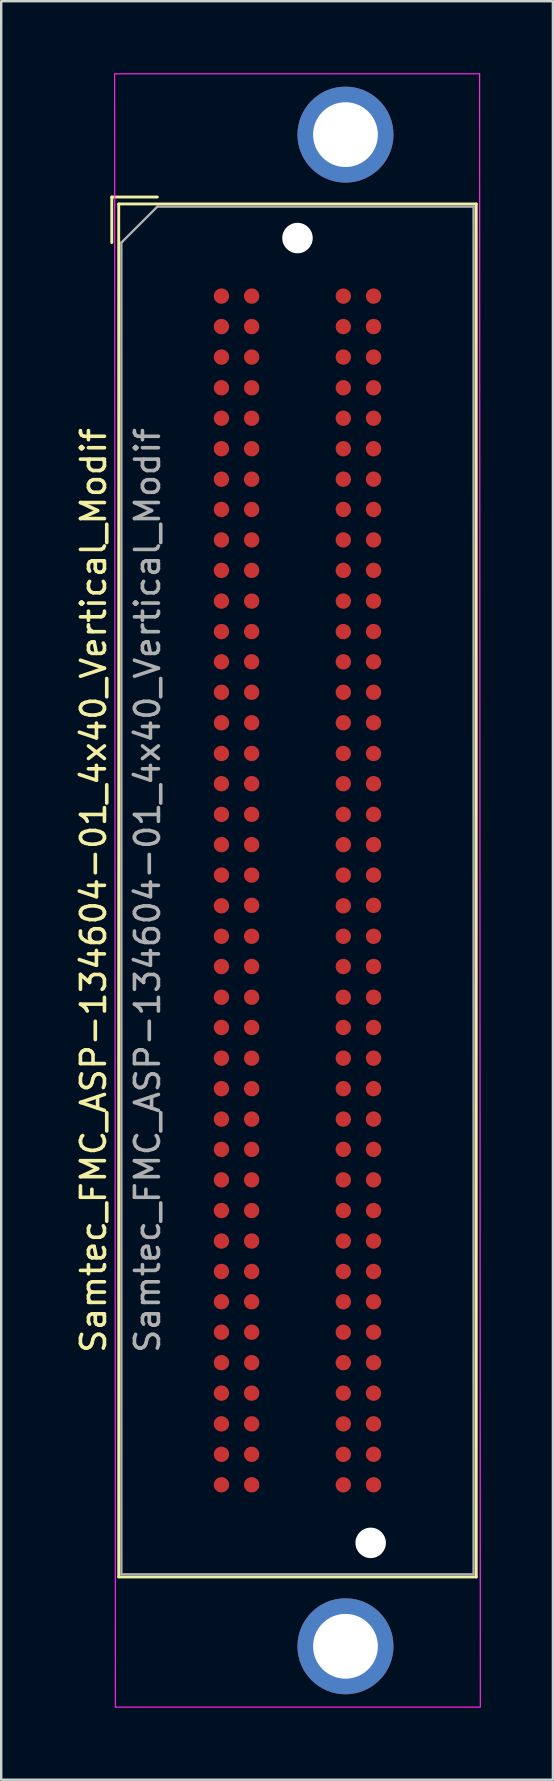
<source format=kicad_pcb>
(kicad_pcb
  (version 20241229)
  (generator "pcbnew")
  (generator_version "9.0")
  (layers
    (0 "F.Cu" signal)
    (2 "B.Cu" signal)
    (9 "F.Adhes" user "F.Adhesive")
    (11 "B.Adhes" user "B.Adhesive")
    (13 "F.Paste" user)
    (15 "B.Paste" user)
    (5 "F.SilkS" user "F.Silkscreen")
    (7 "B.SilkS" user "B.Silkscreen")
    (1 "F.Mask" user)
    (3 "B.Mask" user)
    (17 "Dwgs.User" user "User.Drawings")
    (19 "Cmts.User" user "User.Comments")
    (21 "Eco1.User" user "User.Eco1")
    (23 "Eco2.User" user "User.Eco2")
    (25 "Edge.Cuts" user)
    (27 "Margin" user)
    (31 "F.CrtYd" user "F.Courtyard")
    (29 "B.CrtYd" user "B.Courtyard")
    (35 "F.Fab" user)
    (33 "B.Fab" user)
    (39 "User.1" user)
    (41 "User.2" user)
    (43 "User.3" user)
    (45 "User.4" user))
  (footprint "Samtec_FMC_ASP-134604-01_4x40_Vertical_Modif"
    (layer "F.Cu")
    (at 9.348 34.061)
    (property "Reference" "Samtec_FMC_ASP-134604-01_4x40_Vertical_Modif" (at -8.5 0 90) (layer "F.SilkS") (effects (font (size 1 1) (thickness 0.15))))
    (attr smd)
    (fp_line (start -7.74 -28.9) (end -7.74 -27) (stroke (width 0.12) (type solid)) (layer "F.SilkS"))
    (fp_line (start -7.45 -28.61) (end 7.45 -28.61) (stroke (width 0.12) (type solid)) (layer "F.SilkS"))
    (fp_line (start -7.45 28.61) (end -7.45 -28.61) (stroke (width 0.12) (type solid)) (layer "F.SilkS"))
    (fp_line (start -5.84 -28.9) (end -7.74 -28.9) (stroke (width 0.12) (type solid)) (layer "F.SilkS"))
    (fp_line (start 7.45 -28.61) (end 7.45 28.61) (stroke (width 0.12) (type solid)) (layer "F.SilkS"))
    (fp_line (start 7.45 28.61) (end -7.45 28.61) (stroke (width 0.12) (type solid)) (layer "F.SilkS"))
    (fp_line (start -7.59 34.036) (end -7.62 -34.036) (stroke (width 0.05) (type solid)) (layer "F.CrtYd"))
    (fp_line (start -7.59 34.036) (end 7.59 34.036) (stroke (width 0.05) (type solid)) (layer "F.CrtYd"))
    (fp_line (start 7.59 -34.036) (end -7.59 -34.036) (stroke (width 0.05) (type solid)) (layer "F.CrtYd"))
    (fp_line (start 7.59 -34.036) (end 7.62 34.036) (stroke (width 0.05) (type solid)) (layer "F.CrtYd"))
    (fp_line (start -7.34 28.5) (end -7.34 -27) (stroke (width 0.1) (type solid)) (layer "F.Fab"))
    (fp_line (start -7.34 28.5) (end 7.34 28.5) (stroke (width 0.1) (type solid)) (layer "F.Fab"))
    (fp_line (start -5.84 -28.5) (end -7.34 -27) (stroke (width 0.1) (type solid)) (layer "F.Fab"))
    (fp_line (start -5.84 -28.5) (end 7.34 -28.5) (stroke (width 0.1) (type solid)) (layer "F.Fab"))
    (fp_line (start 7.34 -28.5) (end 7.34 28.5) (stroke (width 0.1) (type solid)) (layer "F.Fab"))
    (fp_text user "${REFERENCE}" (at -6.25 0 90) (layer "F.Fab") (effects (font (size 1 1) (thickness 0.15))))
    (pad "" np_thru_hole circle (at 0 -27.19 90) (size 1.27 1.27) (drill 1.27) (layers "*.Cu" "*.Mask"))
    (pad "" np_thru_hole circle (at 3.05 27.19 90) (size 1.27 1.27) (drill 1.27) (layers "*.Cu" "*.Mask"))
    (pad "C01" smd circle (at -3.17 -24.77 90) (size 0.64 0.64) (layers "F.Cu" "F.Mask" "F.Paste"))
    (pad "C01" thru_hole circle (at 2 -31.5 90) (size 4 4) (drill 2.7) (layers "*.Cu" "*.Mask"))
    (pad "C02" smd circle (at -3.17 -23.5 90) (size 0.64 0.64) (layers "F.Cu" "F.Mask" "F.Paste"))
    (pad "C03" smd circle (at -3.17 -22.23 90) (size 0.64 0.64) (layers "F.Cu" "F.Mask" "F.Paste"))
    (pad "C04" smd circle (at -3.17 -20.95 90) (size 0.64 0.64) (layers "F.Cu" "F.Mask" "F.Paste"))
    (pad "C05" smd circle (at -3.17 -19.68 90) (size 0.64 0.64) (layers "F.Cu" "F.Mask" "F.Paste"))
    (pad "C06" smd circle (at -3.17 -18.41 90) (size 0.64 0.64) (layers "F.Cu" "F.Mask" "F.Paste"))
    (pad "C07" smd circle (at -3.17 -17.14 90) (size 0.64 0.64) (layers "F.Cu" "F.Mask" "F.Paste"))
    (pad "C08" smd circle (at -3.17 -15.88 90) (size 0.64 0.64) (layers "F.Cu" "F.Mask" "F.Paste"))
    (pad "C09" smd circle (at -3.17 -14.61 90) (size 0.64 0.64) (layers "F.Cu" "F.Mask" "F.Paste"))
    (pad "C10" smd circle (at -3.17 -13.34 90) (size 0.64 0.64) (layers "F.Cu" "F.Mask" "F.Paste"))
    (pad "C11" smd circle (at -3.17 -12.06 90) (size 0.64 0.64) (layers "F.Cu" "F.Mask" "F.Paste"))
    (pad "C12" smd circle (at -3.17 -10.79 90) (size 0.64 0.64) (layers "F.Cu" "F.Mask" "F.Paste"))
    (pad "C13" smd circle (at -3.17 -9.53 90) (size 0.64 0.64) (layers "F.Cu" "F.Mask" "F.Paste"))
    (pad "C14" smd circle (at -3.17 -8.26 90) (size 0.64 0.64) (layers "F.Cu" "F.Mask" "F.Paste"))
    (pad "C15" smd circle (at -3.17 -6.99 90) (size 0.64 0.64) (layers "F.Cu" "F.Mask" "F.Paste"))
    (pad "C16" smd circle (at -3.17 -5.71 90) (size 0.64 0.64) (layers "F.Cu" "F.Mask" "F.Paste"))
    (pad "C17" smd circle (at -3.17 -4.45 90) (size 0.64 0.64) (layers "F.Cu" "F.Mask" "F.Paste"))
    (pad "C18" smd circle (at -3.17 -3.17 90) (size 0.64 0.64) (layers "F.Cu" "F.Mask" "F.Paste"))
    (pad "C19" smd circle (at -3.17 -1.91 90) (size 0.64 0.64) (layers "F.Cu" "F.Mask" "F.Paste"))
    (pad "C20" smd circle (at -3.17 -0.64 90) (size 0.64 0.64) (layers "F.Cu" "F.Mask" "F.Paste"))
    (pad "C21" smd circle (at -3.17 0.64 90) (size 0.64 0.64) (layers "F.Cu" "F.Mask" "F.Paste"))
    (pad "C22" smd circle (at -3.17 1.91 90) (size 0.64 0.64) (layers "F.Cu" "F.Mask" "F.Paste"))
    (pad "C23" smd circle (at -3.17 3.17 90) (size 0.64 0.64) (layers "F.Cu" "F.Mask" "F.Paste"))
    (pad "C24" smd circle (at -3.17 4.45 90) (size 0.64 0.64) (layers "F.Cu" "F.Mask" "F.Paste"))
    (pad "C25" smd circle (at -3.17 5.71 90) (size 0.64 0.64) (layers "F.Cu" "F.Mask" "F.Paste"))
    (pad "C26" smd circle (at -3.17 6.99 90) (size 0.64 0.64) (layers "F.Cu" "F.Mask" "F.Paste"))
    (pad "C27" smd circle (at -3.17 8.26 90) (size 0.64 0.64) (layers "F.Cu" "F.Mask" "F.Paste"))
    (pad "C28" smd circle (at -3.17 9.53 90) (size 0.64 0.64) (layers "F.Cu" "F.Mask" "F.Paste"))
    (pad "C29" smd circle (at -3.17 10.79 90) (size 0.64 0.64) (layers "F.Cu" "F.Mask" "F.Paste"))
    (pad "C30" smd circle (at -3.17 12.06 90) (size 0.64 0.64) (layers "F.Cu" "F.Mask" "F.Paste"))
    (pad "C31" smd circle (at -3.17 13.34 90) (size 0.64 0.64) (layers "F.Cu" "F.Mask" "F.Paste"))
    (pad "C32" smd circle (at -3.17 14.61 90) (size 0.64 0.64) (layers "F.Cu" "F.Mask" "F.Paste"))
    (pad "C33" smd circle (at -3.17 15.88 90) (size 0.64 0.64) (layers "F.Cu" "F.Mask" "F.Paste"))
    (pad "C34" smd circle (at -3.17 17.14 90) (size 0.64 0.64) (layers "F.Cu" "F.Mask" "F.Paste"))
    (pad "C35" smd circle (at -3.17 18.41 90) (size 0.64 0.64) (layers "F.Cu" "F.Mask" "F.Paste"))
    (pad "C36" smd circle (at -3.17 19.68 90) (size 0.64 0.64) (layers "F.Cu" "F.Mask" "F.Paste"))
    (pad "C37" smd circle (at -3.17 20.95 90) (size 0.64 0.64) (layers "F.Cu" "F.Mask" "F.Paste"))
    (pad "C38" smd circle (at -3.17 22.23 90) (size 0.64 0.64) (layers "F.Cu" "F.Mask" "F.Paste"))
    (pad "C39" smd circle (at -3.17 23.5 90) (size 0.64 0.64) (layers "F.Cu" "F.Mask" "F.Paste"))
    (pad "C40" smd circle (at -3.17 24.77 90) (size 0.64 0.64) (layers "F.Cu" "F.Mask" "F.Paste"))
    (pad "D01" smd circle (at -1.91 -24.77 90) (size 0.64 0.64) (layers "F.Cu" "F.Mask" "F.Paste"))
    (pad "D02" smd circle (at -1.91 -23.5 90) (size 0.64 0.64) (layers "F.Cu" "F.Mask" "F.Paste"))
    (pad "D03" smd circle (at -1.91 -22.23 90) (size 0.64 0.64) (layers "F.Cu" "F.Mask" "F.Paste"))
    (pad "D04" smd circle (at -1.91 -20.95 90) (size 0.64 0.64) (layers "F.Cu" "F.Mask" "F.Paste"))
    (pad "D05" smd circle (at -1.91 -19.68 90) (size 0.64 0.64) (layers "F.Cu" "F.Mask" "F.Paste"))
    (pad "D06" smd circle (at -1.91 -18.41 90) (size 0.64 0.64) (layers "F.Cu" "F.Mask" "F.Paste"))
    (pad "D07" smd circle (at -1.91 -17.14 90) (size 0.64 0.64) (layers "F.Cu" "F.Mask" "F.Paste"))
    (pad "D08" smd circle (at -1.91 -15.88 90) (size 0.64 0.64) (layers "F.Cu" "F.Mask" "F.Paste"))
    (pad "D09" smd circle (at -1.91 -14.61 90) (size 0.64 0.64) (layers "F.Cu" "F.Mask" "F.Paste"))
    (pad "D10" smd circle (at -1.91 -13.34 90) (size 0.64 0.64) (layers "F.Cu" "F.Mask" "F.Paste"))
    (pad "D11" smd circle (at -1.91 -12.06 90) (size 0.64 0.64) (layers "F.Cu" "F.Mask" "F.Paste"))
    (pad "D12" smd circle (at -1.91 -10.79 90) (size 0.64 0.64) (layers "F.Cu" "F.Mask" "F.Paste"))
    (pad "D13" smd circle (at -1.91 -9.53 90) (size 0.64 0.64) (layers "F.Cu" "F.Mask" "F.Paste"))
    (pad "D14" smd circle (at -1.91 -8.26 90) (size 0.64 0.64) (layers "F.Cu" "F.Mask" "F.Paste"))
    (pad "D15" smd circle (at -1.91 -6.99 90) (size 0.64 0.64) (layers "F.Cu" "F.Mask" "F.Paste"))
    (pad "D16" smd circle (at -1.91 -5.71 90) (size 0.64 0.64) (layers "F.Cu" "F.Mask" "F.Paste"))
    (pad "D17" smd circle (at -1.91 -4.45 90) (size 0.64 0.64) (layers "F.Cu" "F.Mask" "F.Paste"))
    (pad "D18" smd circle (at -1.91 -3.17 90) (size 0.64 0.64) (layers "F.Cu" "F.Mask" "F.Paste"))
    (pad "D19" smd circle (at -1.91 -1.91 90) (size 0.64 0.64) (layers "F.Cu" "F.Mask" "F.Paste"))
    (pad "D20" smd circle (at -1.91 -0.64 90) (size 0.64 0.64) (layers "F.Cu" "F.Mask" "F.Paste"))
    (pad "D21" smd circle (at -1.91 0.62 90) (size 0.64 0.64) (layers "F.Cu" "F.Mask" "F.Paste"))
    (pad "D22" smd circle (at -1.91 1.91 90) (size 0.64 0.64) (layers "F.Cu" "F.Mask" "F.Paste"))
    (pad "D23" smd circle (at -1.91 3.17 90) (size 0.64 0.64) (layers "F.Cu" "F.Mask" "F.Paste"))
    (pad "D24" smd circle (at -1.91 4.45 90) (size 0.64 0.64) (layers "F.Cu" "F.Mask" "F.Paste"))
    (pad "D25" smd circle (at -1.91 5.71 90) (size 0.64 0.64) (layers "F.Cu" "F.Mask" "F.Paste"))
    (pad "D26" smd circle (at -1.91 6.99 90) (size 0.64 0.64) (layers "F.Cu" "F.Mask" "F.Paste"))
    (pad "D27" smd circle (at -1.91 8.26 90) (size 0.64 0.64) (layers "F.Cu" "F.Mask" "F.Paste"))
    (pad "D28" smd circle (at -1.91 9.53 90) (size 0.64 0.64) (layers "F.Cu" "F.Mask" "F.Paste"))
    (pad "D29" smd circle (at -1.91 10.79 90) (size 0.64 0.64) (layers "F.Cu" "F.Mask" "F.Paste"))
    (pad "D30" smd circle (at -1.91 12.06 90) (size 0.64 0.64) (layers "F.Cu" "F.Mask" "F.Paste"))
    (pad "D31" smd circle (at -1.91 13.34 90) (size 0.64 0.64) (layers "F.Cu" "F.Mask" "F.Paste"))
    (pad "D32" smd circle (at -1.91 14.61 90) (size 0.64 0.64) (layers "F.Cu" "F.Mask" "F.Paste"))
    (pad "D33" smd circle (at -1.91 15.88 90) (size 0.64 0.64) (layers "F.Cu" "F.Mask" "F.Paste"))
    (pad "D34" smd circle (at -1.91 17.14 90) (size 0.64 0.64) (layers "F.Cu" "F.Mask" "F.Paste"))
    (pad "D35" smd circle (at -1.91 18.41 90) (size 0.64 0.64) (layers "F.Cu" "F.Mask" "F.Paste"))
    (pad "D36" smd circle (at -1.91 19.68 90) (size 0.64 0.64) (layers "F.Cu" "F.Mask" "F.Paste"))
    (pad "D37" smd circle (at -1.91 20.95 90) (size 0.64 0.64) (layers "F.Cu" "F.Mask" "F.Paste"))
    (pad "D38" smd circle (at -1.91 22.23 90) (size 0.64 0.64) (layers "F.Cu" "F.Mask" "F.Paste"))
    (pad "D39" smd circle (at -1.91 23.5 90) (size 0.64 0.64) (layers "F.Cu" "F.Mask" "F.Paste"))
    (pad "D40" smd circle (at -1.91 24.77 90) (size 0.64 0.64) (layers "F.Cu" "F.Mask" "F.Paste"))
    (pad "G01" smd circle (at 1.91 -24.77 90) (size 0.64 0.64) (layers "F.Cu" "F.Mask" "F.Paste"))
    (pad "G02" smd circle (at 1.91 -23.5 90) (size 0.64 0.64) (layers "F.Cu" "F.Mask" "F.Paste"))
    (pad "G03" smd circle (at 1.91 -22.23 90) (size 0.64 0.64) (layers "F.Cu" "F.Mask" "F.Paste"))
    (pad "G04" smd circle (at 1.91 -20.95 90) (size 0.64 0.64) (layers "F.Cu" "F.Mask" "F.Paste"))
    (pad "G05" smd circle (at 1.91 -19.68 90) (size 0.64 0.64) (layers "F.Cu" "F.Mask" "F.Paste"))
    (pad "G06" smd circle (at 1.91 -18.41 90) (size 0.64 0.64) (layers "F.Cu" "F.Mask" "F.Paste"))
    (pad "G07" smd circle (at 1.91 -17.14 90) (size 0.64 0.64) (layers "F.Cu" "F.Mask" "F.Paste"))
    (pad "G08" smd circle (at 1.91 -15.88 90) (size 0.64 0.64) (layers "F.Cu" "F.Mask" "F.Paste"))
    (pad "G09" smd circle (at 1.91 -14.61 90) (size 0.64 0.64) (layers "F.Cu" "F.Mask" "F.Paste"))
    (pad "G10" smd circle (at 1.91 -13.34 90) (size 0.64 0.64) (layers "F.Cu" "F.Mask" "F.Paste"))
    (pad "G11" smd circle (at 1.91 -12.06 90) (size 0.64 0.64) (layers "F.Cu" "F.Mask" "F.Paste"))
    (pad "G12" smd circle (at 1.91 -10.79 90) (size 0.64 0.64) (layers "F.Cu" "F.Mask" "F.Paste"))
    (pad "G13" smd circle (at 1.91 -9.53 90) (size 0.64 0.64) (layers "F.Cu" "F.Mask" "F.Paste"))
    (pad "G14" smd circle (at 1.91 -8.26 90) (size 0.64 0.64) (layers "F.Cu" "F.Mask" "F.Paste"))
    (pad "G15" smd circle (at 1.91 -6.99 90) (size 0.64 0.64) (layers "F.Cu" "F.Mask" "F.Paste"))
    (pad "G16" smd circle (at 1.91 -5.71 90) (size 0.64 0.64) (layers "F.Cu" "F.Mask" "F.Paste"))
    (pad "G17" smd circle (at 1.91 -4.45 90) (size 0.64 0.64) (layers "F.Cu" "F.Mask" "F.Paste"))
    (pad "G18" smd circle (at 1.91 -3.17 90) (size 0.64 0.64) (layers "F.Cu" "F.Mask" "F.Paste"))
    (pad "G19" smd circle (at 1.91 -1.91 90) (size 0.64 0.64) (layers "F.Cu" "F.Mask" "F.Paste"))
    (pad "G20" smd circle (at 1.91 -0.64 90) (size 0.64 0.64) (layers "F.Cu" "F.Mask" "F.Paste"))
    (pad "G21" smd circle (at 1.91 0.64 90) (size 0.64 0.64) (layers "F.Cu" "F.Mask" "F.Paste"))
    (pad "G22" smd circle (at 1.91 1.91 90) (size 0.64 0.64) (layers "F.Cu" "F.Mask" "F.Paste"))
    (pad "G23" smd circle (at 1.91 3.17 90) (size 0.64 0.64) (layers "F.Cu" "F.Mask" "F.Paste"))
    (pad "G24" smd circle (at 1.91 4.45 90) (size 0.64 0.64) (layers "F.Cu" "F.Mask" "F.Paste"))
    (pad "G25" smd circle (at 1.91 5.71 90) (size 0.64 0.64) (layers "F.Cu" "F.Mask" "F.Paste"))
    (pad "G26" smd circle (at 1.91 6.99 90) (size 0.64 0.64) (layers "F.Cu" "F.Mask" "F.Paste"))
    (pad "G27" smd circle (at 1.91 8.26 90) (size 0.64 0.64) (layers "F.Cu" "F.Mask" "F.Paste"))
    (pad "G28" smd circle (at 1.91 9.53 90) (size 0.64 0.64) (layers "F.Cu" "F.Mask" "F.Paste"))
    (pad "G29" smd circle (at 1.91 10.79 90) (size 0.64 0.64) (layers "F.Cu" "F.Mask" "F.Paste"))
    (pad "G30" smd circle (at 1.91 12.06 90) (size 0.64 0.64) (layers "F.Cu" "F.Mask" "F.Paste"))
    (pad "G31" smd circle (at 1.91 13.34 90) (size 0.64 0.64) (layers "F.Cu" "F.Mask" "F.Paste"))
    (pad "G32" smd circle (at 1.91 14.61 90) (size 0.64 0.64) (layers "F.Cu" "F.Mask" "F.Paste"))
    (pad "G33" smd circle (at 1.91 15.88 90) (size 0.64 0.64) (layers "F.Cu" "F.Mask" "F.Paste"))
    (pad "G34" smd circle (at 1.91 17.14 90) (size 0.64 0.64) (layers "F.Cu" "F.Mask" "F.Paste"))
    (pad "G35" smd circle (at 1.91 18.41 90) (size 0.64 0.64) (layers "F.Cu" "F.Mask" "F.Paste"))
    (pad "G36" smd circle (at 1.91 19.68 90) (size 0.64 0.64) (layers "F.Cu" "F.Mask" "F.Paste"))
    (pad "G37" smd circle (at 1.91 20.95 90) (size 0.64 0.64) (layers "F.Cu" "F.Mask" "F.Paste"))
    (pad "G38" smd circle (at 1.91 22.23 90) (size 0.64 0.64) (layers "F.Cu" "F.Mask" "F.Paste"))
    (pad "G39" smd circle (at 1.91 23.5 90) (size 0.64 0.64) (layers "F.Cu" "F.Mask" "F.Paste"))
    (pad "G40" smd circle (at 1.91 24.77 90) (size 0.64 0.64) (layers "F.Cu" "F.Mask" "F.Paste"))
    (pad "G40" thru_hole circle (at 2 31.5 90) (size 4 4) (drill 2.7) (layers "*.Cu" "*.Mask"))
    (pad "H01" smd circle (at 3.17 -24.77 90) (size 0.64 0.64) (layers "F.Cu" "F.Mask" "F.Paste"))
    (pad "H02" smd circle (at 3.17 -23.5 90) (size 0.64 0.64) (layers "F.Cu" "F.Mask" "F.Paste"))
    (pad "H03" smd circle (at 3.17 -22.23 90) (size 0.64 0.64) (layers "F.Cu" "F.Mask" "F.Paste"))
    (pad "H04" smd circle (at 3.17 -20.95 90) (size 0.64 0.64) (layers "F.Cu" "F.Mask" "F.Paste"))
    (pad "H05" smd circle (at 3.17 -19.68 90) (size 0.64 0.64) (layers "F.Cu" "F.Mask" "F.Paste"))
    (pad "H06" smd circle (at 3.17 -18.41 90) (size 0.64 0.64) (layers "F.Cu" "F.Mask" "F.Paste"))
    (pad "H07" smd circle (at 3.17 -17.14 90) (size 0.64 0.64) (layers "F.Cu" "F.Mask" "F.Paste"))
    (pad "H08" smd circle (at 3.17 -15.88 90) (size 0.64 0.64) (layers "F.Cu" "F.Mask" "F.Paste"))
    (pad "H09" smd circle (at 3.17 -14.61 90) (size 0.64 0.64) (layers "F.Cu" "F.Mask" "F.Paste"))
    (pad "H10" smd circle (at 3.17 -13.34 90) (size 0.64 0.64) (layers "F.Cu" "F.Mask" "F.Paste"))
    (pad "H11" smd circle (at 3.17 -12.06 90) (size 0.64 0.64) (layers "F.Cu" "F.Mask" "F.Paste"))
    (pad "H12" smd circle (at 3.17 -10.79 90) (size 0.64 0.64) (layers "F.Cu" "F.Mask" "F.Paste"))
    (pad "H13" smd circle (at 3.17 -9.53 90) (size 0.64 0.64) (layers "F.Cu" "F.Mask" "F.Paste"))
    (pad "H14" smd circle (at 3.17 -8.26 90) (size 0.64 0.64) (layers "F.Cu" "F.Mask" "F.Paste"))
    (pad "H15" smd circle (at 3.17 -6.99 90) (size 0.64 0.64) (layers "F.Cu" "F.Mask" "F.Paste"))
    (pad "H16" smd circle (at 3.17 -5.71 90) (size 0.64 0.64) (layers "F.Cu" "F.Mask" "F.Paste"))
    (pad "H17" smd circle (at 3.17 -4.45 90) (size 0.64 0.64) (layers "F.Cu" "F.Mask" "F.Paste"))
    (pad "H18" smd circle (at 3.17 -3.17 90) (size 0.64 0.64) (layers "F.Cu" "F.Mask" "F.Paste"))
    (pad "H19" smd circle (at 3.17 -1.91 90) (size 0.64 0.64) (layers "F.Cu" "F.Mask" "F.Paste"))
    (pad "H20" smd circle (at 3.17 -0.64 90) (size 0.64 0.64) (layers "F.Cu" "F.Mask" "F.Paste"))
    (pad "H21" smd circle (at 3.17 0.62 90) (size 0.64 0.64) (layers "F.Cu" "F.Mask" "F.Paste"))
    (pad "H22" smd circle (at 3.17 1.91 90) (size 0.64 0.64) (layers "F.Cu" "F.Mask" "F.Paste"))
    (pad "H23" smd circle (at 3.17 3.17 90) (size 0.64 0.64) (layers "F.Cu" "F.Mask" "F.Paste"))
    (pad "H24" smd circle (at 3.17 4.45 90) (size 0.64 0.64) (layers "F.Cu" "F.Mask" "F.Paste"))
    (pad "H25" smd circle (at 3.17 5.71 90) (size 0.64 0.64) (layers "F.Cu" "F.Mask" "F.Paste"))
    (pad "H26" smd circle (at 3.17 6.99 90) (size 0.64 0.64) (layers "F.Cu" "F.Mask" "F.Paste"))
    (pad "H27" smd circle (at 3.17 8.26 90) (size 0.64 0.64) (layers "F.Cu" "F.Mask" "F.Paste"))
    (pad "H28" smd circle (at 3.17 9.53 90) (size 0.64 0.64) (layers "F.Cu" "F.Mask" "F.Paste"))
    (pad "H29" smd circle (at 3.17 10.79 90) (size 0.64 0.64) (layers "F.Cu" "F.Mask" "F.Paste"))
    (pad "H30" smd circle (at 3.17 12.06 90) (size 0.64 0.64) (layers "F.Cu" "F.Mask" "F.Paste"))
    (pad "H31" smd circle (at 3.17 13.34 90) (size 0.64 0.64) (layers "F.Cu" "F.Mask" "F.Paste"))
    (pad "H32" smd circle (at 3.17 14.61 90) (size 0.64 0.64) (layers "F.Cu" "F.Mask" "F.Paste"))
    (pad "H33" smd circle (at 3.17 15.88 90) (size 0.64 0.64) (layers "F.Cu" "F.Mask" "F.Paste"))
    (pad "H34" smd circle (at 3.17 17.14 90) (size 0.64 0.64) (layers "F.Cu" "F.Mask" "F.Paste"))
    (pad "H35" smd circle (at 3.17 18.41 90) (size 0.64 0.64) (layers "F.Cu" "F.Mask" "F.Paste"))
    (pad "H36" smd circle (at 3.17 19.68 90) (size 0.64 0.64) (layers "F.Cu" "F.Mask" "F.Paste"))
    (pad "H37" smd circle (at 3.17 20.95 90) (size 0.64 0.64) (layers "F.Cu" "F.Mask" "F.Paste"))
    (pad "H38" smd circle (at 3.17 22.23 90) (size 0.64 0.64) (layers "F.Cu" "F.Mask" "F.Paste"))
    (pad "H39" smd circle (at 3.17 23.5 90) (size 0.64 0.64) (layers "F.Cu" "F.Mask" "F.Paste"))
    (pad "H40" smd circle (at 3.17 24.77 90) (size 0.64 0.64) (layers "F.Cu" "F.Mask" "F.Paste")))
  (gr_rect
    (start -3 -3)
    (end 19.993 71.122)
    (stroke (width 0.1) (type default))
    (fill no)
    (layer "Edge.Cuts")))
</source>
